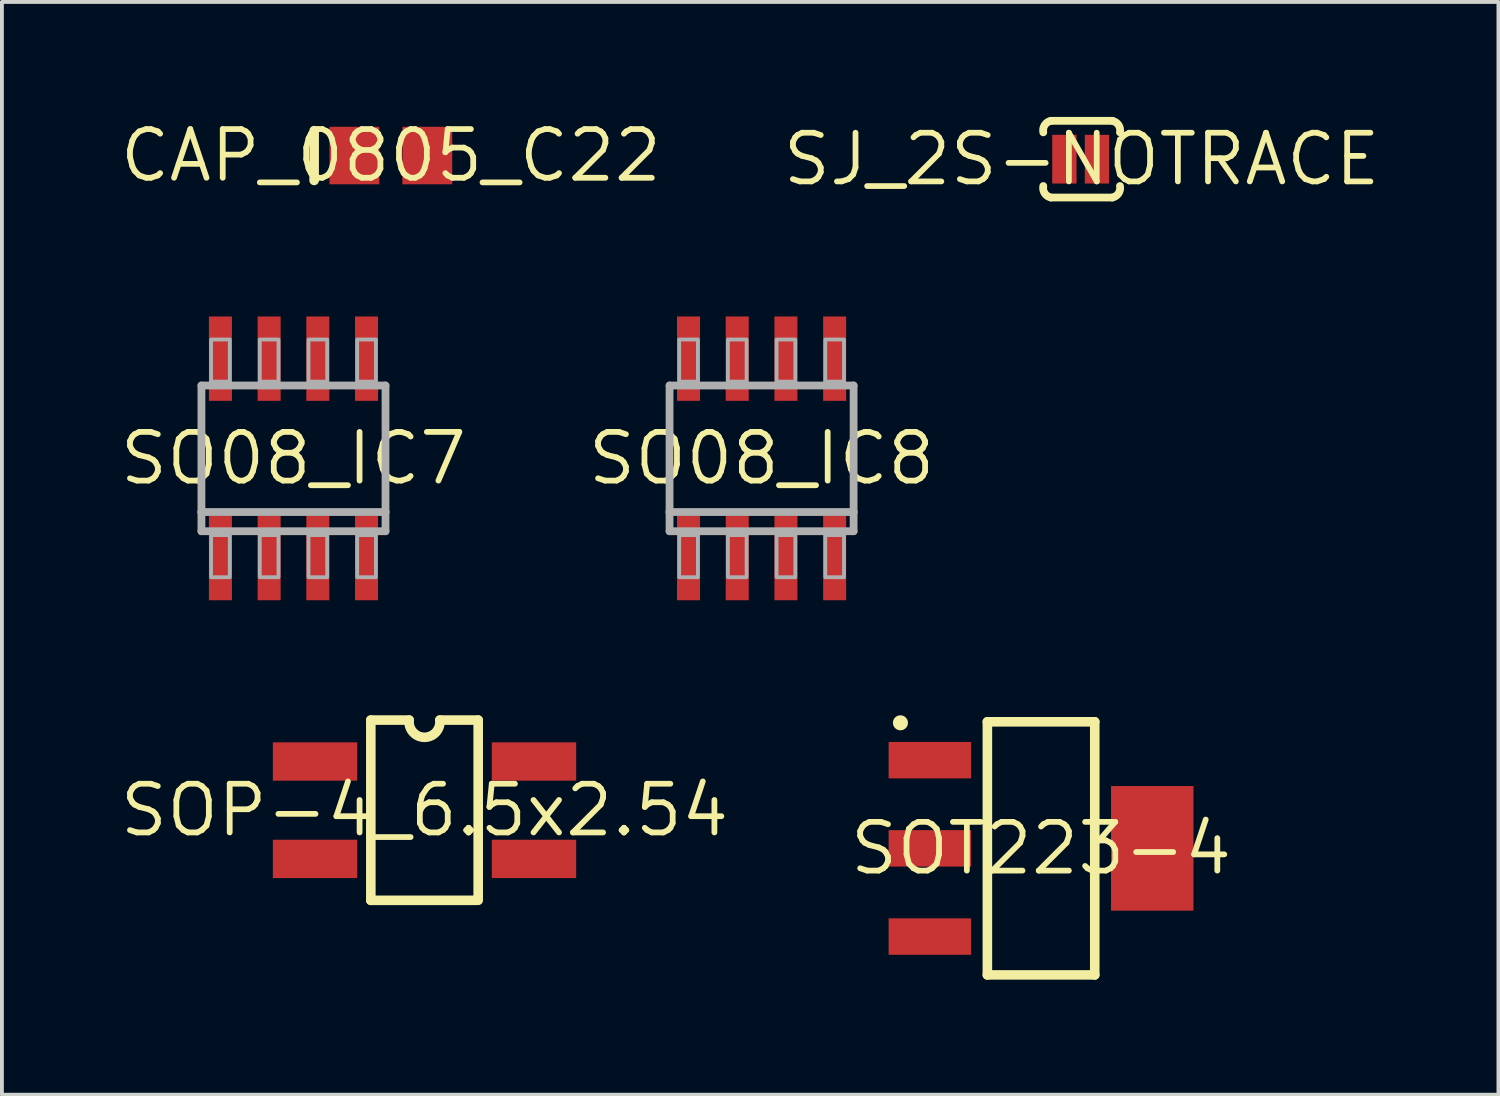
<source format=kicad_pcb>
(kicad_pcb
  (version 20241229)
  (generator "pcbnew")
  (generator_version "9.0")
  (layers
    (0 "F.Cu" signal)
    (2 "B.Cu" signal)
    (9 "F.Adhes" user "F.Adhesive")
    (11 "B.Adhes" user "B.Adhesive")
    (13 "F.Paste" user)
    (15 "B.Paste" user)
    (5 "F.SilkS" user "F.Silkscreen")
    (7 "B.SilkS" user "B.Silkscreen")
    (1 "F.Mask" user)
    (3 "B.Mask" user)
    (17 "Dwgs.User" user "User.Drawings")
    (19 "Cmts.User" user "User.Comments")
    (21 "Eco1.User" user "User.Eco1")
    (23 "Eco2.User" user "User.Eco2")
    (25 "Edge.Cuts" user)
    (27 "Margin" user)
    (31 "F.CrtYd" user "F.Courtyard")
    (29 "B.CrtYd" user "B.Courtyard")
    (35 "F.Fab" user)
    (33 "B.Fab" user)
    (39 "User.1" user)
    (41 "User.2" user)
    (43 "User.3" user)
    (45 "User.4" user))
  (footprint "SO08_IC7"
    (layer "F.Cu")
    (at 4.603 8.903)
    (property "Reference" "SO08_IC7" (at 0 0 0) (layer "F.SilkS") (effects (font (size 1.27 1.27) (thickness 0.15))))
    (fp_poly (pts (xy -2.205 -3.7) (xy -1.605 -3.7) (xy -1.605 -1.5) (xy -2.205 -1.5)) (stroke (width 0) (type default)) (fill yes) (layer "F.Mask"))
    (fp_poly (pts (xy -2.205 1.5) (xy -1.605 1.5) (xy -1.605 3.7) (xy -2.205 3.7)) (stroke (width 0) (type default)) (fill yes) (layer "F.Mask"))
    (fp_poly (pts (xy -0.935 -3.7) (xy -0.335 -3.7) (xy -0.335 -1.5) (xy -0.935 -1.5)) (stroke (width 0) (type default)) (fill yes) (layer "F.Mask"))
    (fp_poly (pts (xy -0.935 1.5) (xy -0.335 1.5) (xy -0.335 3.7) (xy -0.935 3.7)) (stroke (width 0) (type default)) (fill yes) (layer "F.Mask"))
    (fp_poly (pts (xy 0.335 -3.7) (xy 0.935 -3.7) (xy 0.935 -1.5) (xy 0.335 -1.5)) (stroke (width 0) (type default)) (fill yes) (layer "F.Mask"))
    (fp_poly (pts (xy 0.335 1.5) (xy 0.935 1.5) (xy 0.935 3.7) (xy 0.335 3.7)) (stroke (width 0) (type default)) (fill yes) (layer "F.Mask"))
    (fp_poly (pts (xy 1.605 -3.7) (xy 2.205 -3.7) (xy 2.205 -1.5) (xy 1.605 -1.5)) (stroke (width 0) (type default)) (fill yes) (layer "F.Mask"))
    (fp_poly (pts (xy 1.605 1.5) (xy 2.205 1.5) (xy 2.205 3.7) (xy 1.605 3.7)) (stroke (width 0) (type default)) (fill yes) (layer "F.Mask"))
    (fp_poly (pts (xy -2.205 -3.7) (xy -1.605 -3.7) (xy -1.605 -1.5) (xy -2.205 -1.5)) (stroke (width 0) (type default)) (fill yes) (layer "F.Paste"))
    (fp_poly (pts (xy -2.205 1.5) (xy -1.605 1.5) (xy -1.605 3.7) (xy -2.205 3.7)) (stroke (width 0) (type default)) (fill yes) (layer "F.Paste"))
    (fp_poly (pts (xy -0.935 -3.7) (xy -0.335 -3.7) (xy -0.335 -1.5) (xy -0.935 -1.5)) (stroke (width 0) (type default)) (fill yes) (layer "F.Paste"))
    (fp_poly (pts (xy -0.935 1.5) (xy -0.335 1.5) (xy -0.335 3.7) (xy -0.935 3.7)) (stroke (width 0) (type default)) (fill yes) (layer "F.Paste"))
    (fp_poly (pts (xy 0.335 -3.7) (xy 0.935 -3.7) (xy 0.935 -1.5) (xy 0.335 -1.5)) (stroke (width 0) (type default)) (fill yes) (layer "F.Paste"))
    (fp_poly (pts (xy 0.335 1.5) (xy 0.935 1.5) (xy 0.935 3.7) (xy 0.335 3.7)) (stroke (width 0) (type default)) (fill yes) (layer "F.Paste"))
    (fp_poly (pts (xy 1.605 -3.7) (xy 2.205 -3.7) (xy 2.205 -1.5) (xy 1.605 -1.5)) (stroke (width 0) (type default)) (fill yes) (layer "F.Paste"))
    (fp_poly (pts (xy 1.605 1.5) (xy 2.205 1.5) (xy 2.205 3.7) (xy 1.605 3.7)) (stroke (width 0) (type default)) (fill yes) (layer "F.Paste"))
    (fp_line (start -2.4 -1.9) (end 2.4 -1.9) (stroke (width 0.203) (type solid)) (layer "F.Fab"))
    (fp_line (start -2.4 1.4) (end -2.4 -1.9) (stroke (width 0.203) (type solid)) (layer "F.Fab"))
    (fp_line (start -2.4 1.9) (end -2.4 1.4) (stroke (width 0.203) (type solid)) (layer "F.Fab"))
    (fp_line (start 2.4 -1.9) (end 2.4 1.4) (stroke (width 0.203) (type solid)) (layer "F.Fab"))
    (fp_line (start 2.4 1.4) (end -2.4 1.4) (stroke (width 0.203) (type solid)) (layer "F.Fab"))
    (fp_line (start 2.4 1.4) (end 2.4 1.9) (stroke (width 0.203) (type solid)) (layer "F.Fab"))
    (fp_line (start 2.4 1.9) (end -2.4 1.9) (stroke (width 0.203) (type solid)) (layer "F.Fab"))
    (fp_poly (pts (xy -1.66 -3.1) (xy -2.149 -3.1) (xy -2.149 -2) (xy -1.66 -2)) (stroke (width 0.1) (type default)) (fill no) (layer "F.Fab"))
    (fp_poly (pts (xy -1.66 2) (xy -2.149 2) (xy -2.149 3.1) (xy -1.66 3.1)) (stroke (width 0.1) (type default)) (fill no) (layer "F.Fab"))
    (fp_poly (pts (xy -0.39 -3.1) (xy -0.879 -3.1) (xy -0.879 -2) (xy -0.39 -2)) (stroke (width 0.1) (type default)) (fill no) (layer "F.Fab"))
    (fp_poly (pts (xy -0.39 2) (xy -0.879 2) (xy -0.879 3.1) (xy -0.39 3.1)) (stroke (width 0.1) (type default)) (fill no) (layer "F.Fab"))
    (fp_poly (pts (xy 0.88 -3.1) (xy 0.391 -3.1) (xy 0.391 -2) (xy 0.88 -2)) (stroke (width 0.1) (type default)) (fill no) (layer "F.Fab"))
    (fp_poly (pts (xy 0.88 2) (xy 0.391 2) (xy 0.391 3.1) (xy 0.88 3.1)) (stroke (width 0.1) (type default)) (fill no) (layer "F.Fab"))
    (fp_poly (pts (xy 2.15 -3.1) (xy 1.661 -3.1) (xy 1.661 -2) (xy 2.15 -2)) (stroke (width 0.1) (type default)) (fill no) (layer "F.Fab"))
    (fp_poly (pts (xy 2.15 2) (xy 1.661 2) (xy 1.661 3.1) (xy 2.15 3.1)) (stroke (width 0.1) (type default)) (fill no) (layer "F.Fab"))
    (pad "1" smd rect (at -1.905 2.6) (size 0.6 2.2) (layers "F.Cu"))
    (pad "2" smd rect (at -0.635 2.6) (size 0.6 2.2) (layers "F.Cu"))
    (pad "3" smd rect (at 0.635 2.6) (size 0.6 2.2) (layers "F.Cu"))
    (pad "4" smd rect (at 1.905 2.6) (size 0.6 2.2) (layers "F.Cu"))
    (pad "5" smd rect (at 1.905 -2.6) (size 0.6 2.2) (layers "F.Cu"))
    (pad "6" smd rect (at 0.635 -2.6) (size 0.6 2.2) (layers "F.Cu"))
    (pad "7" smd rect (at -0.635 -2.6) (size 0.6 2.2) (layers "F.Cu"))
    (pad "8" smd rect (at -1.905 -2.6) (size 0.6 2.2) (layers "F.Cu")))
  (footprint "SO08_IC8"
    (layer "F.Cu")
    (at 16.81 8.903)
    (property "Reference" "SO08_IC8" (at 0 0 0) (layer "F.SilkS") (effects (font (size 1.27 1.27) (thickness 0.15))))
    (fp_poly (pts (xy -2.205 -3.7) (xy -1.605 -3.7) (xy -1.605 -1.5) (xy -2.205 -1.5)) (stroke (width 0) (type default)) (fill yes) (layer "F.Mask"))
    (fp_poly (pts (xy -2.205 1.5) (xy -1.605 1.5) (xy -1.605 3.7) (xy -2.205 3.7)) (stroke (width 0) (type default)) (fill yes) (layer "F.Mask"))
    (fp_poly (pts (xy -0.935 -3.7) (xy -0.335 -3.7) (xy -0.335 -1.5) (xy -0.935 -1.5)) (stroke (width 0) (type default)) (fill yes) (layer "F.Mask"))
    (fp_poly (pts (xy -0.935 1.5) (xy -0.335 1.5) (xy -0.335 3.7) (xy -0.935 3.7)) (stroke (width 0) (type default)) (fill yes) (layer "F.Mask"))
    (fp_poly (pts (xy 0.335 -3.7) (xy 0.935 -3.7) (xy 0.935 -1.5) (xy 0.335 -1.5)) (stroke (width 0) (type default)) (fill yes) (layer "F.Mask"))
    (fp_poly (pts (xy 0.335 1.5) (xy 0.935 1.5) (xy 0.935 3.7) (xy 0.335 3.7)) (stroke (width 0) (type default)) (fill yes) (layer "F.Mask"))
    (fp_poly (pts (xy 1.605 -3.7) (xy 2.205 -3.7) (xy 2.205 -1.5) (xy 1.605 -1.5)) (stroke (width 0) (type default)) (fill yes) (layer "F.Mask"))
    (fp_poly (pts (xy 1.605 1.5) (xy 2.205 1.5) (xy 2.205 3.7) (xy 1.605 3.7)) (stroke (width 0) (type default)) (fill yes) (layer "F.Mask"))
    (fp_poly (pts (xy -2.205 -3.7) (xy -1.605 -3.7) (xy -1.605 -1.5) (xy -2.205 -1.5)) (stroke (width 0) (type default)) (fill yes) (layer "F.Paste"))
    (fp_poly (pts (xy -2.205 1.5) (xy -1.605 1.5) (xy -1.605 3.7) (xy -2.205 3.7)) (stroke (width 0) (type default)) (fill yes) (layer "F.Paste"))
    (fp_poly (pts (xy -0.935 -3.7) (xy -0.335 -3.7) (xy -0.335 -1.5) (xy -0.935 -1.5)) (stroke (width 0) (type default)) (fill yes) (layer "F.Paste"))
    (fp_poly (pts (xy -0.935 1.5) (xy -0.335 1.5) (xy -0.335 3.7) (xy -0.935 3.7)) (stroke (width 0) (type default)) (fill yes) (layer "F.Paste"))
    (fp_poly (pts (xy 0.335 -3.7) (xy 0.935 -3.7) (xy 0.935 -1.5) (xy 0.335 -1.5)) (stroke (width 0) (type default)) (fill yes) (layer "F.Paste"))
    (fp_poly (pts (xy 0.335 1.5) (xy 0.935 1.5) (xy 0.935 3.7) (xy 0.335 3.7)) (stroke (width 0) (type default)) (fill yes) (layer "F.Paste"))
    (fp_poly (pts (xy 1.605 -3.7) (xy 2.205 -3.7) (xy 2.205 -1.5) (xy 1.605 -1.5)) (stroke (width 0) (type default)) (fill yes) (layer "F.Paste"))
    (fp_poly (pts (xy 1.605 1.5) (xy 2.205 1.5) (xy 2.205 3.7) (xy 1.605 3.7)) (stroke (width 0) (type default)) (fill yes) (layer "F.Paste"))
    (fp_line (start -2.4 -1.9) (end 2.4 -1.9) (stroke (width 0.203) (type solid)) (layer "F.Fab"))
    (fp_line (start -2.4 1.4) (end -2.4 -1.9) (stroke (width 0.203) (type solid)) (layer "F.Fab"))
    (fp_line (start -2.4 1.9) (end -2.4 1.4) (stroke (width 0.203) (type solid)) (layer "F.Fab"))
    (fp_line (start 2.4 -1.9) (end 2.4 1.4) (stroke (width 0.203) (type solid)) (layer "F.Fab"))
    (fp_line (start 2.4 1.4) (end -2.4 1.4) (stroke (width 0.203) (type solid)) (layer "F.Fab"))
    (fp_line (start 2.4 1.4) (end 2.4 1.9) (stroke (width 0.203) (type solid)) (layer "F.Fab"))
    (fp_line (start 2.4 1.9) (end -2.4 1.9) (stroke (width 0.203) (type solid)) (layer "F.Fab"))
    (fp_poly (pts (xy -1.66 -3.1) (xy -2.149 -3.1) (xy -2.149 -2) (xy -1.66 -2)) (stroke (width 0.1) (type default)) (fill no) (layer "F.Fab"))
    (fp_poly (pts (xy -1.66 2) (xy -2.149 2) (xy -2.149 3.1) (xy -1.66 3.1)) (stroke (width 0.1) (type default)) (fill no) (layer "F.Fab"))
    (fp_poly (pts (xy -0.39 -3.1) (xy -0.879 -3.1) (xy -0.879 -2) (xy -0.39 -2)) (stroke (width 0.1) (type default)) (fill no) (layer "F.Fab"))
    (fp_poly (pts (xy -0.39 2) (xy -0.879 2) (xy -0.879 3.1) (xy -0.39 3.1)) (stroke (width 0.1) (type default)) (fill no) (layer "F.Fab"))
    (fp_poly (pts (xy 0.88 -3.1) (xy 0.391 -3.1) (xy 0.391 -2) (xy 0.88 -2)) (stroke (width 0.1) (type default)) (fill no) (layer "F.Fab"))
    (fp_poly (pts (xy 0.88 2) (xy 0.391 2) (xy 0.391 3.1) (xy 0.88 3.1)) (stroke (width 0.1) (type default)) (fill no) (layer "F.Fab"))
    (fp_poly (pts (xy 2.15 -3.1) (xy 1.661 -3.1) (xy 1.661 -2) (xy 2.15 -2)) (stroke (width 0.1) (type default)) (fill no) (layer "F.Fab"))
    (fp_poly (pts (xy 2.15 2) (xy 1.661 2) (xy 1.661 3.1) (xy 2.15 3.1)) (stroke (width 0.1) (type default)) (fill no) (layer "F.Fab"))
    (pad "1" smd rect (at -1.905 2.6) (size 0.6 2.2) (layers "F.Cu"))
    (pad "2" smd rect (at -0.635 2.6) (size 0.6 2.2) (layers "F.Cu"))
    (pad "3" smd rect (at 0.635 2.6) (size 0.6 2.2) (layers "F.Cu"))
    (pad "4" smd rect (at 1.905 2.6) (size 0.6 2.2) (layers "F.Cu"))
    (pad "5" smd rect (at 1.905 -2.6) (size 0.6 2.2) (layers "F.Cu"))
    (pad "6" smd rect (at 0.635 -2.6) (size 0.6 2.2) (layers "F.Cu"))
    (pad "7" smd rect (at -0.635 -2.6) (size 0.6 2.2) (layers "F.Cu"))
    (pad "8" smd rect (at -1.905 -2.6) (size 0.6 2.2) (layers "F.Cu")))
  (footprint "CAP_0805_C22"
    (layer "F.Cu")
    (at 7.143 1.006)
    (property "Reference" "CAP_0805_C22" (at 0 0 0) (layer "F.SilkS") (effects (font (size 1.27 1.27) (thickness 0.15))))
    (fp_line (start -2.001 0.649) (end -2.001 -0.649) (stroke (width 0.25) (type solid)) (layer "F.SilkS"))
    (pad "1" smd rect (at -0.95 0 90) (size 1.5 1.3) (layers "F.Cu" "F.Mask" "F.Paste"))
    (pad "2" smd rect (at 0.95 0 90) (size 1.5 1.3) (layers "F.Cu" "F.Mask" "F.Paste")))
  (footprint "SOP-4_6.5x2.54"
    (layer "F.Cu")
    (at 8.02 18.078)
    (property "Reference" "SOP-4_6.5x2.54" (at 0 0 0) (layer "F.SilkS") (effects (font (size 1.27 1.27) (thickness 0.15))))
    (fp_line (start -1.4 -2.35) (end -1.4 2.35) (stroke (width 0.25) (type solid)) (layer "F.SilkS"))
    (fp_line (start -1.4 -2.35) (end -0.4 -2.35) (stroke (width 0.25) (type solid)) (layer "F.SilkS"))
    (fp_line (start -1.4 2.35) (end 1.35 2.35) (stroke (width 0.25) (type solid)) (layer "F.SilkS"))
    (fp_line (start 1.4 -2.35) (end 0.4 -2.35) (stroke (width 0.25) (type solid)) (layer "F.SilkS"))
    (fp_line (start 1.4 2.35) (end 1.4 -2.35) (stroke (width 0.25) (type solid)) (layer "F.SilkS"))
    (fp_arc (start 0.4 -2.349999) (mid 0 -1.900462) (end -0.4 -2.35) (stroke (width 0.25) (type solid)) (layer "F.SilkS"))
    (pad "1" smd rect (at -2.855 -1.27 90) (size 1 2.2) (layers "F.Cu" "F.Mask" "F.Paste"))
    (pad "2" smd rect (at -2.855 1.27 90) (size 1 2.2) (layers "F.Cu" "F.Mask" "F.Paste"))
    (pad "3" smd rect (at 2.855 1.27 90) (size 1 2.2) (layers "F.Cu" "F.Mask" "F.Paste"))
    (pad "4" smd rect (at 2.855 -1.27 90) (size 1 2.2) (layers "F.Cu" "F.Mask" "F.Paste")))
  (footprint "SOT223-4"
    (layer "F.Cu")
    (at 24.098 19.073)
    (property "Reference" "SOT223-4" (at 0 0 0) (layer "F.SilkS") (effects (font (size 1.27 1.27) (thickness 0.15))))
    (fp_line (start -1.4 -3.3) (end -1.4 3.3) (stroke (width 0.25) (type solid)) (layer "F.SilkS"))
    (fp_line (start -1.4 -3.3) (end 1.4 -3.3) (stroke (width 0.25) (type solid)) (layer "F.SilkS"))
    (fp_line (start -1.4 3.3) (end 1.4 3.3) (stroke (width 0.25) (type solid)) (layer "F.SilkS"))
    (fp_line (start 1.4 -3.3) (end 1.4 3.3) (stroke (width 0.25) (type solid)) (layer "F.SilkS"))
    (fp_circle (center -3.667 -3.274) (end -3.569 -3.274) (stroke (width 0.196) (type solid)) (fill yes) (layer "F.SilkS"))
    (pad "1" smd rect (at -2.9 -2.3 90) (size 0.95 2.15) (layers "F.Cu" "F.Mask" "F.Paste"))
    (pad "2" smd rect (at -2.9 0 90) (size 0.95 2.15) (layers "F.Cu" "F.Mask" "F.Paste"))
    (pad "3" smd rect (at -2.9 2.3 90) (size 0.95 2.15) (layers "F.Cu" "F.Mask" "F.Paste"))
    (pad "4" smd rect (at 2.9 0 90) (size 3.25 2.15) (layers "F.Cu" "F.Mask" "F.Paste")))
  (footprint "SJ_2S-NOTRACE"
    (layer "F.Cu")
    (at 25.156 1.101)
    (property "Reference" "SJ_2S-NOTRACE" (at 0 0 0) (layer "F.SilkS") (effects (font (size 1.27 1.27) (thickness 0.15))))
    (fp_poly (pts (xy -0.768 -0.635) (xy -0.133 -0.635) (xy -0.133 0.635) (xy -0.768 0.635)) (stroke (width 0) (type default)) (fill yes) (layer "F.Mask"))
    (fp_poly (pts (xy 0.082 -0.635) (xy 0.717 -0.635) (xy 0.717 0.635) (xy 0.082 0.635)) (stroke (width 0) (type default)) (fill yes) (layer "F.Mask"))
    (fp_line (start -0.8 -1) (end 0.8 -1) (stroke (width 0.203) (type solid)) (layer "F.SilkS"))
    (fp_line (start 0.8 1) (end -0.8 1) (stroke (width 0.203) (type solid)) (layer "F.SilkS"))
    (fp_arc (start -1 -0.699998) (mid -0.962144 -0.891428) (end -0.8 -1) (stroke (width 0.203) (type solid)) (layer "F.SilkS"))
    (fp_arc (start -0.799999 1) (mid -0.962184 0.891457) (end -1 0.7) (stroke (width 0.203) (type solid)) (layer "F.SilkS"))
    (fp_arc (start 0.799999 -1) (mid 0.962206 -0.891471) (end 1 -0.7) (stroke (width 0.203) (type solid)) (layer "F.SilkS"))
    (fp_arc (start 1.000001 0.699999) (mid 0.962164 0.891442) (end 0.8 1) (stroke (width 0.203) (type solid)) (layer "F.SilkS"))
    (fp_poly (pts (xy -0.768 -0.635) (xy -0.133 -0.635) (xy -0.133 0.635) (xy -0.768 0.635)) (stroke (width 0) (type default)) (fill yes) (layer "F.Paste"))
    (fp_poly (pts (xy 0.082 -0.635) (xy 0.717 -0.635) (xy 0.717 0.635) (xy 0.082 0.635)) (stroke (width 0) (type default)) (fill yes) (layer "F.Paste"))
    (fp_poly (pts (xy 1.016 -1.016) (xy -1.014 -1.016) (xy -1.014 1.018) (xy 1.016 1.018)) (stroke (width 0) (type default)) (fill yes) (layer "F.Paste"))
    (pad "1" smd rect (at -0.45 0) (size 0.635 1.27) (layers "F.Cu"))
    (pad "2" smd rect (at 0.4 0) (size 0.635 1.27) (layers "F.Cu")))
  (gr_rect
    (start -3 -3)
    (end 36.025 25.498)
    (stroke (width 0.1) (type default))
    (fill no)
    (layer "Edge.Cuts")))
</source>
